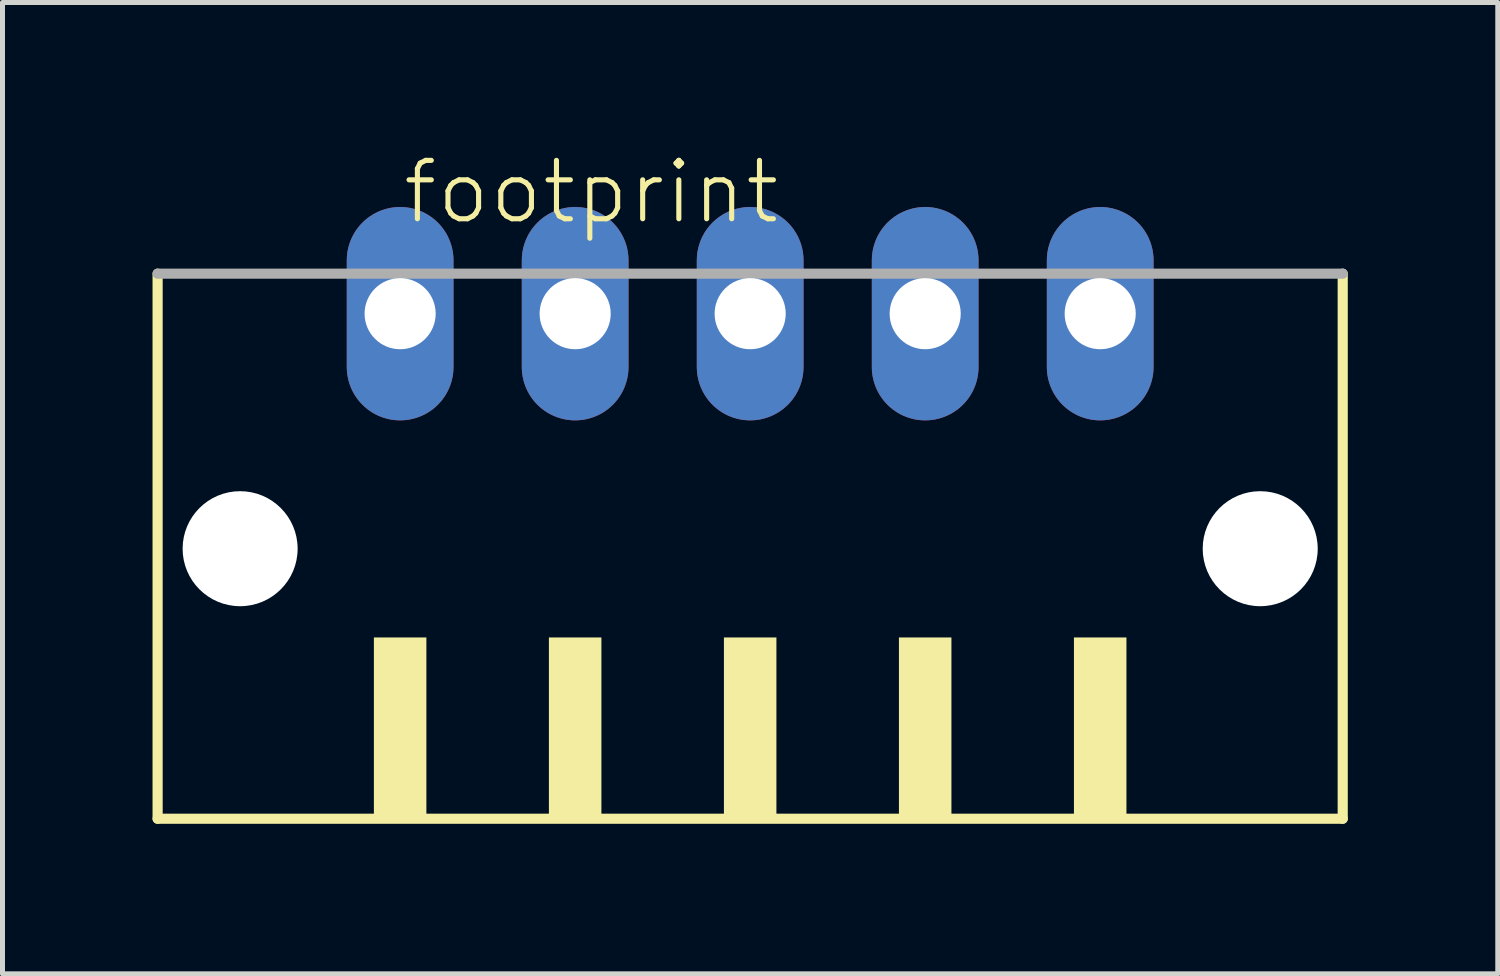
<source format=kicad_pcb>
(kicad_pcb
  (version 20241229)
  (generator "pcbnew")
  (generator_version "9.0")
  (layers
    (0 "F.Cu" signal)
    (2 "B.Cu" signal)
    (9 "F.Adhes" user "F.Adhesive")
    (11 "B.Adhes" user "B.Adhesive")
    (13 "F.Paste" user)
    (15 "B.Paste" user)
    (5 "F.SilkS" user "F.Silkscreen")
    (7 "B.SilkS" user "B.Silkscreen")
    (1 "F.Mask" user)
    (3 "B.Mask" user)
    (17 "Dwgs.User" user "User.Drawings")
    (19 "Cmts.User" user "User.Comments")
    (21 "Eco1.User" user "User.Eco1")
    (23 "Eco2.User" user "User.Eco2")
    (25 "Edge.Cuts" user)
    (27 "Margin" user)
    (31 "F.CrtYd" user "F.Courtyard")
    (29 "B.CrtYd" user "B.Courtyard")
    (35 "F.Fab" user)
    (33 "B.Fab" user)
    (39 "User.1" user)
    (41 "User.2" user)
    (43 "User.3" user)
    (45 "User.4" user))
  (footprint "footprint"
    (layer "F.Cu")
    (at 11.952 8.473)
    (property "Reference" "footprint" (at -7 -7 0) (layer "F.SilkS") (effects (font (size 1.168 1.168) (thickness 0.102)) (justify left bottom)))
    (fp_line (start -11.85 -6.05) (end -11.85 4.85) (stroke (width 0.203) (type solid)) (layer "F.SilkS"))
    (fp_line (start -11.85 4.85) (end 11.85 4.85) (stroke (width 0.203) (type solid)) (layer "F.SilkS"))
    (fp_line (start 11.85 4.85) (end 11.85 -6.05) (stroke (width 0.203) (type solid)) (layer "F.SilkS"))
    (fp_poly (pts (xy -7.525 4.9) (xy -6.475 4.9) (xy -6.475 1.225) (xy -7.525 1.225)) (stroke (width 0) (type solid)) (fill yes) (layer "F.SilkS"))
    (fp_poly (pts (xy -4.025 4.9) (xy -2.975 4.9) (xy -2.975 1.225) (xy -4.025 1.225)) (stroke (width 0) (type solid)) (fill yes) (layer "F.SilkS"))
    (fp_poly (pts (xy -0.525 4.9) (xy 0.525 4.9) (xy 0.525 1.225) (xy -0.525 1.225)) (stroke (width 0) (type solid)) (fill yes) (layer "F.SilkS"))
    (fp_poly (pts (xy 2.975 4.9) (xy 4.025 4.9) (xy 4.025 1.225) (xy 2.975 1.225)) (stroke (width 0) (type solid)) (fill yes) (layer "F.SilkS"))
    (fp_poly (pts (xy 6.475 4.9) (xy 7.525 4.9) (xy 7.525 1.225) (xy 6.475 1.225)) (stroke (width 0) (type solid)) (fill yes) (layer "F.SilkS"))
    (fp_line (start 11.85 -6.05) (end -11.85 -6.05) (stroke (width 0.203) (type solid)) (layer "F.Fab"))
    (pad "" np_thru_hole circle (at -10.2 -0.55) (size 2.3 2.3) (drill 2.3) (layers "*.Cu" "*.Mask"))
    (pad "" np_thru_hole circle (at 10.2 -0.55) (size 2.3 2.3) (drill 2.3) (layers "*.Cu" "*.Mask"))
    (pad "1" thru_hole oval (at -7 -5.25 90) (size 4.267 2.134) (drill 1.422) (layers "*.Cu" "*.Mask"))
    (pad "2" thru_hole oval (at -3.5 -5.25 90) (size 4.267 2.134) (drill 1.422) (layers "*.Cu" "*.Mask"))
    (pad "3" thru_hole oval (at 0 -5.25 90) (size 4.267 2.134) (drill 1.422) (layers "*.Cu" "*.Mask"))
    (pad "4" thru_hole oval (at 3.5 -5.25 90) (size 4.267 2.134) (drill 1.422) (layers "*.Cu" "*.Mask"))
    (pad "5" thru_hole oval (at 7 -5.25 90) (size 4.267 2.134) (drill 1.422) (layers "*.Cu" "*.Mask")))
  (gr_rect
    (start -3 -3)
    (end 26.903 16.425)
    (stroke (width 0.1) (type default))
    (fill no)
    (layer "Edge.Cuts")))
</source>
